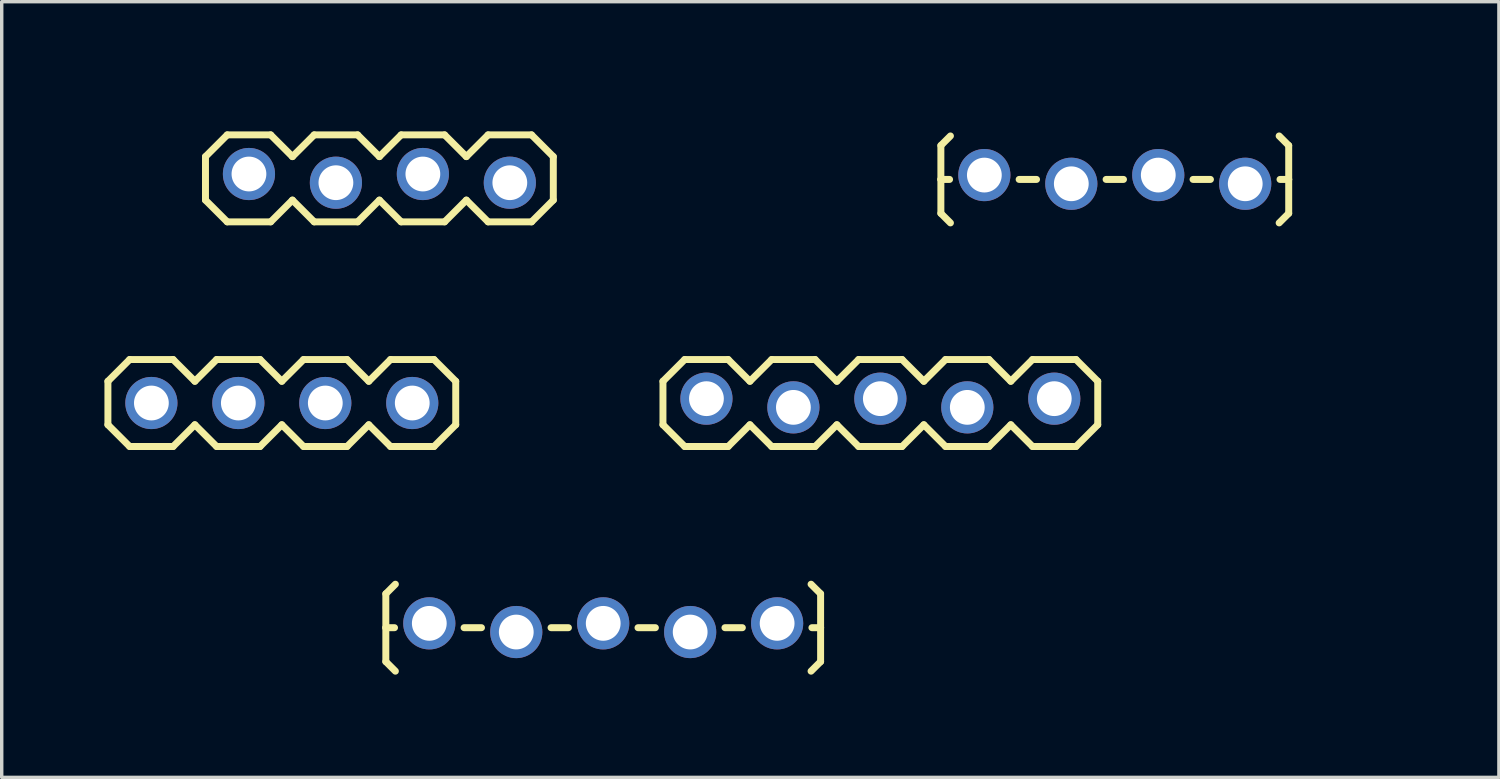
<source format=kicad_pcb>
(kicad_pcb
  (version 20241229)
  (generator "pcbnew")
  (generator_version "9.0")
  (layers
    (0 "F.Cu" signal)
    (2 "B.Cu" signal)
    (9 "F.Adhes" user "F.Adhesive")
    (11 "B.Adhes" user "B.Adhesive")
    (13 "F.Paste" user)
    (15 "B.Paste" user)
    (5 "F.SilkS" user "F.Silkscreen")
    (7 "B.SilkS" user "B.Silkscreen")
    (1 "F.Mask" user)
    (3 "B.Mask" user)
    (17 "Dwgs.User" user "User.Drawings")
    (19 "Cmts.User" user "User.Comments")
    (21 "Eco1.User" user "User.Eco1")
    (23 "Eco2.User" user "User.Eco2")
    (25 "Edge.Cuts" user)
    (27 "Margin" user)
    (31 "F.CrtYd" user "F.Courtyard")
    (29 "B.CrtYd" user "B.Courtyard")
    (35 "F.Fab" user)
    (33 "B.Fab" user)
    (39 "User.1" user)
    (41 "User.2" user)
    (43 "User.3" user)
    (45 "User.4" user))
  (footprint "1X05_LOCK"
    (layer "F.Cu")
    (at 17.585 8.722)
    (property "Reference" "1X05_LOCK" (at 1.194 -1.194 0) (layer "Eco1.User") (effects (font (size 1.27 1.27) (thickness 0.127))))
    (attr through_hole)
    (fp_line (start -1.27 -0.635) (end -1.27 0.635) (stroke (width 0.203) (type solid)) (layer "F.SilkS"))
    (fp_line (start -1.27 0.635) (end -0.635 1.27) (stroke (width 0.203) (type solid)) (layer "F.SilkS"))
    (fp_line (start -0.635 -1.27) (end -1.27 -0.635) (stroke (width 0.203) (type solid)) (layer "F.SilkS"))
    (fp_line (start -0.635 -1.27) (end 0.635 -1.27) (stroke (width 0.203) (type solid)) (layer "F.SilkS"))
    (fp_line (start 0.635 -1.27) (end 1.27 -0.635) (stroke (width 0.203) (type solid)) (layer "F.SilkS"))
    (fp_line (start 0.635 1.27) (end -0.635 1.27) (stroke (width 0.203) (type solid)) (layer "F.SilkS"))
    (fp_line (start 1.27 -0.635) (end 1.905 -1.27) (stroke (width 0.203) (type solid)) (layer "F.SilkS"))
    (fp_line (start 1.27 0.635) (end 0.635 1.27) (stroke (width 0.203) (type solid)) (layer "F.SilkS"))
    (fp_line (start 1.905 -1.27) (end 3.175 -1.27) (stroke (width 0.203) (type solid)) (layer "F.SilkS"))
    (fp_line (start 1.905 1.27) (end 1.27 0.635) (stroke (width 0.203) (type solid)) (layer "F.SilkS"))
    (fp_line (start 3.175 -1.27) (end 3.81 -0.635) (stroke (width 0.203) (type solid)) (layer "F.SilkS"))
    (fp_line (start 3.175 1.27) (end 1.905 1.27) (stroke (width 0.203) (type solid)) (layer "F.SilkS"))
    (fp_line (start 3.81 -0.635) (end 4.445 -1.27) (stroke (width 0.203) (type solid)) (layer "F.SilkS"))
    (fp_line (start 3.81 0.635) (end 3.175 1.27) (stroke (width 0.203) (type solid)) (layer "F.SilkS"))
    (fp_line (start 4.445 -1.27) (end 5.715 -1.27) (stroke (width 0.203) (type solid)) (layer "F.SilkS"))
    (fp_line (start 4.445 1.27) (end 3.81 0.635) (stroke (width 0.203) (type solid)) (layer "F.SilkS"))
    (fp_line (start 5.715 -1.27) (end 6.35 -0.635) (stroke (width 0.203) (type solid)) (layer "F.SilkS"))
    (fp_line (start 5.715 1.27) (end 4.445 1.27) (stroke (width 0.203) (type solid)) (layer "F.SilkS"))
    (fp_line (start 6.35 0.635) (end 5.715 1.27) (stroke (width 0.203) (type solid)) (layer "F.SilkS"))
    (fp_line (start 6.35 0.635) (end 6.985 1.27) (stroke (width 0.203) (type solid)) (layer "F.SilkS"))
    (fp_line (start 6.985 -1.27) (end 6.35 -0.635) (stroke (width 0.203) (type solid)) (layer "F.SilkS"))
    (fp_line (start 6.985 -1.27) (end 8.255 -1.27) (stroke (width 0.203) (type solid)) (layer "F.SilkS"))
    (fp_line (start 8.255 -1.27) (end 8.89 -0.635) (stroke (width 0.203) (type solid)) (layer "F.SilkS"))
    (fp_line (start 8.255 1.27) (end 6.985 1.27) (stroke (width 0.203) (type solid)) (layer "F.SilkS"))
    (fp_line (start 8.89 -0.635) (end 9.525 -1.27) (stroke (width 0.203) (type solid)) (layer "F.SilkS"))
    (fp_line (start 8.89 0.635) (end 8.255 1.27) (stroke (width 0.203) (type solid)) (layer "F.SilkS"))
    (fp_line (start 9.525 -1.27) (end 10.795 -1.27) (stroke (width 0.203) (type solid)) (layer "F.SilkS"))
    (fp_line (start 9.525 1.27) (end 8.89 0.635) (stroke (width 0.203) (type solid)) (layer "F.SilkS"))
    (fp_line (start 10.795 -1.27) (end 11.43 -0.635) (stroke (width 0.203) (type solid)) (layer "F.SilkS"))
    (fp_line (start 10.795 1.27) (end 9.525 1.27) (stroke (width 0.203) (type solid)) (layer "F.SilkS"))
    (fp_line (start 11.43 -0.635) (end 11.43 0.635) (stroke (width 0.203) (type solid)) (layer "F.SilkS"))
    (fp_line (start 11.43 0.635) (end 10.795 1.27) (stroke (width 0.203) (type solid)) (layer "F.SilkS"))
    (pad "1" thru_hole oval (at 0 -0.127 90) (size 1.524 1.524) (drill 1.016) (layers "*.Cu" "*.Mask"))
    (pad "2" thru_hole oval (at 2.54 0.127 90) (size 1.524 1.524) (drill 1.016) (layers "*.Cu" "*.Mask"))
    (pad "3" thru_hole oval (at 5.08 -0.127 90) (size 1.524 1.524) (drill 1.016) (layers "*.Cu" "*.Mask"))
    (pad "4" thru_hole oval (at 7.62 0.127 90) (size 1.524 1.524) (drill 1.016) (layers "*.Cu" "*.Mask"))
    (pad "5" thru_hole oval (at 10.16 -0.127 90) (size 1.524 1.524) (drill 1.016) (layers "*.Cu" "*.Mask")))
  (footprint "1X05_LOCK_LONGPADS"
    (layer "F.Cu")
    (at 9.49 15.158)
    (property "Reference" "1X05_LOCK_LONGPADS" (at 1.27 -1.143 0) (layer "Eco1.User") (effects (font (size 1.27 1.27) (thickness 0.102))))
    (attr through_hole)
    (fp_line (start -1.27 -0.864) (end -0.991 -1.143) (stroke (width 0.203) (type solid)) (layer "F.SilkS"))
    (fp_line (start -1.27 0.127) (end -1.27 -0.864) (stroke (width 0.203) (type solid)) (layer "F.SilkS"))
    (fp_line (start -1.27 0.127) (end -1.27 1.118) (stroke (width 0.203) (type solid)) (layer "F.SilkS"))
    (fp_line (start -1.27 0.127) (end -1.016 0.127) (stroke (width 0.203) (type solid)) (layer "F.SilkS"))
    (fp_line (start -1.27 1.118) (end -0.991 1.397) (stroke (width 0.203) (type solid)) (layer "F.SilkS"))
    (fp_line (start 1.524 0.127) (end 1.016 0.127) (stroke (width 0.203) (type solid)) (layer "F.SilkS"))
    (fp_line (start 4.064 0.127) (end 3.556 0.127) (stroke (width 0.203) (type solid)) (layer "F.SilkS"))
    (fp_line (start 6.604 0.127) (end 6.096 0.127) (stroke (width 0.203) (type solid)) (layer "F.SilkS"))
    (fp_line (start 9.144 0.127) (end 8.636 0.127) (stroke (width 0.203) (type solid)) (layer "F.SilkS"))
    (fp_line (start 11.43 -0.864) (end 11.151 -1.143) (stroke (width 0.203) (type solid)) (layer "F.SilkS"))
    (fp_line (start 11.43 0.127) (end 11.176 0.127) (stroke (width 0.203) (type solid)) (layer "F.SilkS"))
    (fp_line (start 11.43 0.127) (end 11.43 -0.864) (stroke (width 0.203) (type solid)) (layer "F.SilkS"))
    (fp_line (start 11.43 0.127) (end 11.43 1.118) (stroke (width 0.203) (type solid)) (layer "F.SilkS"))
    (fp_line (start 11.43 1.118) (end 11.151 1.397) (stroke (width 0.203) (type solid)) (layer "F.SilkS"))
    (pad "1" thru_hole oval (at 0 0 90) (size 1.524 1.524) (drill 1.016) (layers "*.Cu" "*.Mask"))
    (pad "2" thru_hole oval (at 2.54 0.254 90) (size 1.524 1.524) (drill 1.016) (layers "*.Cu" "*.Mask"))
    (pad "3" thru_hole oval (at 5.08 0 90) (size 1.524 1.524) (drill 1.016) (layers "*.Cu" "*.Mask"))
    (pad "4" thru_hole oval (at 7.62 0.254 90) (size 1.524 1.524) (drill 1.016) (layers "*.Cu" "*.Mask"))
    (pad "5" thru_hole oval (at 10.16 0 90) (size 1.524 1.524) (drill 1.016) (layers "*.Cu" "*.Mask")))
  (footprint "1X04_LOCK"
    (layer "F.Cu")
    (at 4.222 2.16)
    (property "Reference" "1X04_LOCK" (at 1.194 -1.194 0) (layer "Eco1.User") (effects (font (size 1.27 1.27) (thickness 0.127))))
    (attr through_hole)
    (fp_line (start -1.27 -0.635) (end -1.27 0.635) (stroke (width 0.203) (type solid)) (layer "F.SilkS"))
    (fp_line (start -1.27 0.635) (end -0.635 1.27) (stroke (width 0.203) (type solid)) (layer "F.SilkS"))
    (fp_line (start -0.635 -1.27) (end -1.27 -0.635) (stroke (width 0.203) (type solid)) (layer "F.SilkS"))
    (fp_line (start -0.635 -1.27) (end 0.635 -1.27) (stroke (width 0.203) (type solid)) (layer "F.SilkS"))
    (fp_line (start 0.635 -1.27) (end 1.27 -0.635) (stroke (width 0.203) (type solid)) (layer "F.SilkS"))
    (fp_line (start 0.635 1.27) (end -0.635 1.27) (stroke (width 0.203) (type solid)) (layer "F.SilkS"))
    (fp_line (start 1.27 -0.635) (end 1.905 -1.27) (stroke (width 0.203) (type solid)) (layer "F.SilkS"))
    (fp_line (start 1.27 0.635) (end 0.635 1.27) (stroke (width 0.203) (type solid)) (layer "F.SilkS"))
    (fp_line (start 1.905 -1.27) (end 3.175 -1.27) (stroke (width 0.203) (type solid)) (layer "F.SilkS"))
    (fp_line (start 1.905 1.27) (end 1.27 0.635) (stroke (width 0.203) (type solid)) (layer "F.SilkS"))
    (fp_line (start 3.175 -1.27) (end 3.81 -0.635) (stroke (width 0.203) (type solid)) (layer "F.SilkS"))
    (fp_line (start 3.175 1.27) (end 1.905 1.27) (stroke (width 0.203) (type solid)) (layer "F.SilkS"))
    (fp_line (start 3.81 -0.635) (end 4.445 -1.27) (stroke (width 0.203) (type solid)) (layer "F.SilkS"))
    (fp_line (start 3.81 0.635) (end 3.175 1.27) (stroke (width 0.203) (type solid)) (layer "F.SilkS"))
    (fp_line (start 4.445 -1.27) (end 5.715 -1.27) (stroke (width 0.203) (type solid)) (layer "F.SilkS"))
    (fp_line (start 4.445 1.27) (end 3.81 0.635) (stroke (width 0.203) (type solid)) (layer "F.SilkS"))
    (fp_line (start 5.715 -1.27) (end 6.35 -0.635) (stroke (width 0.203) (type solid)) (layer "F.SilkS"))
    (fp_line (start 5.715 1.27) (end 4.445 1.27) (stroke (width 0.203) (type solid)) (layer "F.SilkS"))
    (fp_line (start 6.35 0.635) (end 5.715 1.27) (stroke (width 0.203) (type solid)) (layer "F.SilkS"))
    (fp_line (start 6.35 0.635) (end 6.985 1.27) (stroke (width 0.203) (type solid)) (layer "F.SilkS"))
    (fp_line (start 6.985 -1.27) (end 6.35 -0.635) (stroke (width 0.203) (type solid)) (layer "F.SilkS"))
    (fp_line (start 6.985 -1.27) (end 8.255 -1.27) (stroke (width 0.203) (type solid)) (layer "F.SilkS"))
    (fp_line (start 8.255 -1.27) (end 8.89 -0.635) (stroke (width 0.203) (type solid)) (layer "F.SilkS"))
    (fp_line (start 8.255 1.27) (end 6.985 1.27) (stroke (width 0.203) (type solid)) (layer "F.SilkS"))
    (fp_line (start 8.89 -0.635) (end 8.89 0.635) (stroke (width 0.203) (type solid)) (layer "F.SilkS"))
    (fp_line (start 8.89 0.635) (end 8.255 1.27) (stroke (width 0.203) (type solid)) (layer "F.SilkS"))
    (pad "1" thru_hole oval (at 0 -0.127 90) (size 1.524 1.524) (drill 1.016) (layers "*.Cu" "*.Mask"))
    (pad "2" thru_hole oval (at 2.54 0.127 90) (size 1.524 1.524) (drill 1.016) (layers "*.Cu" "*.Mask"))
    (pad "3" thru_hole oval (at 5.08 -0.127 90) (size 1.524 1.524) (drill 1.016) (layers "*.Cu" "*.Mask"))
    (pad "4" thru_hole oval (at 7.62 0.127 90) (size 1.524 1.524) (drill 1.016) (layers "*.Cu" "*.Mask")))
  (footprint "1X04"
    (layer "F.Cu")
    (at 1.372 8.722)
    (property "Reference" "1X04" (at 1.194 -1.194 0) (layer "Eco1.User") (effects (font (size 1.27 1.27) (thickness 0.127))))
    (attr through_hole)
    (fp_line (start -1.27 -0.635) (end -1.27 0.635) (stroke (width 0.203) (type solid)) (layer "F.SilkS"))
    (fp_line (start -1.27 0.635) (end -0.635 1.27) (stroke (width 0.203) (type solid)) (layer "F.SilkS"))
    (fp_line (start -0.635 -1.27) (end -1.27 -0.635) (stroke (width 0.203) (type solid)) (layer "F.SilkS"))
    (fp_line (start -0.635 -1.27) (end 0.635 -1.27) (stroke (width 0.203) (type solid)) (layer "F.SilkS"))
    (fp_line (start 0.635 -1.27) (end 1.27 -0.635) (stroke (width 0.203) (type solid)) (layer "F.SilkS"))
    (fp_line (start 0.635 1.27) (end -0.635 1.27) (stroke (width 0.203) (type solid)) (layer "F.SilkS"))
    (fp_line (start 1.27 -0.635) (end 1.905 -1.27) (stroke (width 0.203) (type solid)) (layer "F.SilkS"))
    (fp_line (start 1.27 0.635) (end 0.635 1.27) (stroke (width 0.203) (type solid)) (layer "F.SilkS"))
    (fp_line (start 1.905 -1.27) (end 3.175 -1.27) (stroke (width 0.203) (type solid)) (layer "F.SilkS"))
    (fp_line (start 1.905 1.27) (end 1.27 0.635) (stroke (width 0.203) (type solid)) (layer "F.SilkS"))
    (fp_line (start 3.175 -1.27) (end 3.81 -0.635) (stroke (width 0.203) (type solid)) (layer "F.SilkS"))
    (fp_line (start 3.175 1.27) (end 1.905 1.27) (stroke (width 0.203) (type solid)) (layer "F.SilkS"))
    (fp_line (start 3.81 -0.635) (end 4.445 -1.27) (stroke (width 0.203) (type solid)) (layer "F.SilkS"))
    (fp_line (start 3.81 0.635) (end 3.175 1.27) (stroke (width 0.203) (type solid)) (layer "F.SilkS"))
    (fp_line (start 4.445 -1.27) (end 5.715 -1.27) (stroke (width 0.203) (type solid)) (layer "F.SilkS"))
    (fp_line (start 4.445 1.27) (end 3.81 0.635) (stroke (width 0.203) (type solid)) (layer "F.SilkS"))
    (fp_line (start 5.715 -1.27) (end 6.35 -0.635) (stroke (width 0.203) (type solid)) (layer "F.SilkS"))
    (fp_line (start 5.715 1.27) (end 4.445 1.27) (stroke (width 0.203) (type solid)) (layer "F.SilkS"))
    (fp_line (start 6.35 0.635) (end 5.715 1.27) (stroke (width 0.203) (type solid)) (layer "F.SilkS"))
    (fp_line (start 6.35 0.635) (end 6.985 1.27) (stroke (width 0.203) (type solid)) (layer "F.SilkS"))
    (fp_line (start 6.985 -1.27) (end 6.35 -0.635) (stroke (width 0.203) (type solid)) (layer "F.SilkS"))
    (fp_line (start 6.985 -1.27) (end 8.255 -1.27) (stroke (width 0.203) (type solid)) (layer "F.SilkS"))
    (fp_line (start 8.255 -1.27) (end 8.89 -0.635) (stroke (width 0.203) (type solid)) (layer "F.SilkS"))
    (fp_line (start 8.255 1.27) (end 6.985 1.27) (stroke (width 0.203) (type solid)) (layer "F.SilkS"))
    (fp_line (start 8.89 -0.635) (end 8.89 0.635) (stroke (width 0.203) (type solid)) (layer "F.SilkS"))
    (fp_line (start 8.89 0.635) (end 8.255 1.27) (stroke (width 0.203) (type solid)) (layer "F.SilkS"))
    (pad "1" thru_hole oval (at 0 0 90) (size 1.524 1.524) (drill 1.016) (layers "*.Cu" "*.Mask"))
    (pad "2" thru_hole oval (at 2.54 0 90) (size 1.524 1.524) (drill 1.016) (layers "*.Cu" "*.Mask"))
    (pad "3" thru_hole oval (at 5.08 0 90) (size 1.524 1.524) (drill 1.016) (layers "*.Cu" "*.Mask"))
    (pad "4" thru_hole oval (at 7.62 0 90) (size 1.524 1.524) (drill 1.016) (layers "*.Cu" "*.Mask")))
  (footprint "1X04_LOCK_LONGPADS"
    (layer "F.Cu")
    (at 25.703 2.064)
    (property "Reference" "1X04_LOCK_LONGPADS" (at 1.27 -1.143 0) (layer "Eco1.User") (effects (font (size 1.27 1.27) (thickness 0.102))))
    (attr through_hole)
    (fp_line (start -1.27 -0.864) (end -0.991 -1.143) (stroke (width 0.203) (type solid)) (layer "F.SilkS"))
    (fp_line (start -1.27 0.127) (end -1.27 -0.864) (stroke (width 0.203) (type solid)) (layer "F.SilkS"))
    (fp_line (start -1.27 0.127) (end -1.27 1.118) (stroke (width 0.203) (type solid)) (layer "F.SilkS"))
    (fp_line (start -1.27 0.127) (end -1.016 0.127) (stroke (width 0.203) (type solid)) (layer "F.SilkS"))
    (fp_line (start -1.27 1.118) (end -0.991 1.397) (stroke (width 0.203) (type solid)) (layer "F.SilkS"))
    (fp_line (start 1.524 0.127) (end 1.016 0.127) (stroke (width 0.203) (type solid)) (layer "F.SilkS"))
    (fp_line (start 4.064 0.127) (end 3.556 0.127) (stroke (width 0.203) (type solid)) (layer "F.SilkS"))
    (fp_line (start 6.604 0.127) (end 6.096 0.127) (stroke (width 0.203) (type solid)) (layer "F.SilkS"))
    (fp_line (start 8.89 -0.864) (end 8.611 -1.143) (stroke (width 0.203) (type solid)) (layer "F.SilkS"))
    (fp_line (start 8.89 0.127) (end 8.636 0.127) (stroke (width 0.203) (type solid)) (layer "F.SilkS"))
    (fp_line (start 8.89 0.127) (end 8.89 -0.864) (stroke (width 0.203) (type solid)) (layer "F.SilkS"))
    (fp_line (start 8.89 0.127) (end 8.89 1.118) (stroke (width 0.203) (type solid)) (layer "F.SilkS"))
    (fp_line (start 8.89 1.118) (end 8.611 1.397) (stroke (width 0.203) (type solid)) (layer "F.SilkS"))
    (pad "1" thru_hole oval (at 0 0 90) (size 1.524 1.524) (drill 1.016) (layers "*.Cu" "*.Mask"))
    (pad "2" thru_hole oval (at 2.54 0.254 90) (size 1.524 1.524) (drill 1.016) (layers "*.Cu" "*.Mask"))
    (pad "3" thru_hole oval (at 5.08 0 90) (size 1.524 1.524) (drill 1.016) (layers "*.Cu" "*.Mask"))
    (pad "4" thru_hole oval (at 7.62 0.254 90) (size 1.524 1.524) (drill 1.016) (layers "*.Cu" "*.Mask")))
  (gr_rect
    (start -3 -3)
    (end 40.733 19.657)
    (stroke (width 0.1) (type default))
    (fill no)
    (layer "Edge.Cuts")))
</source>
